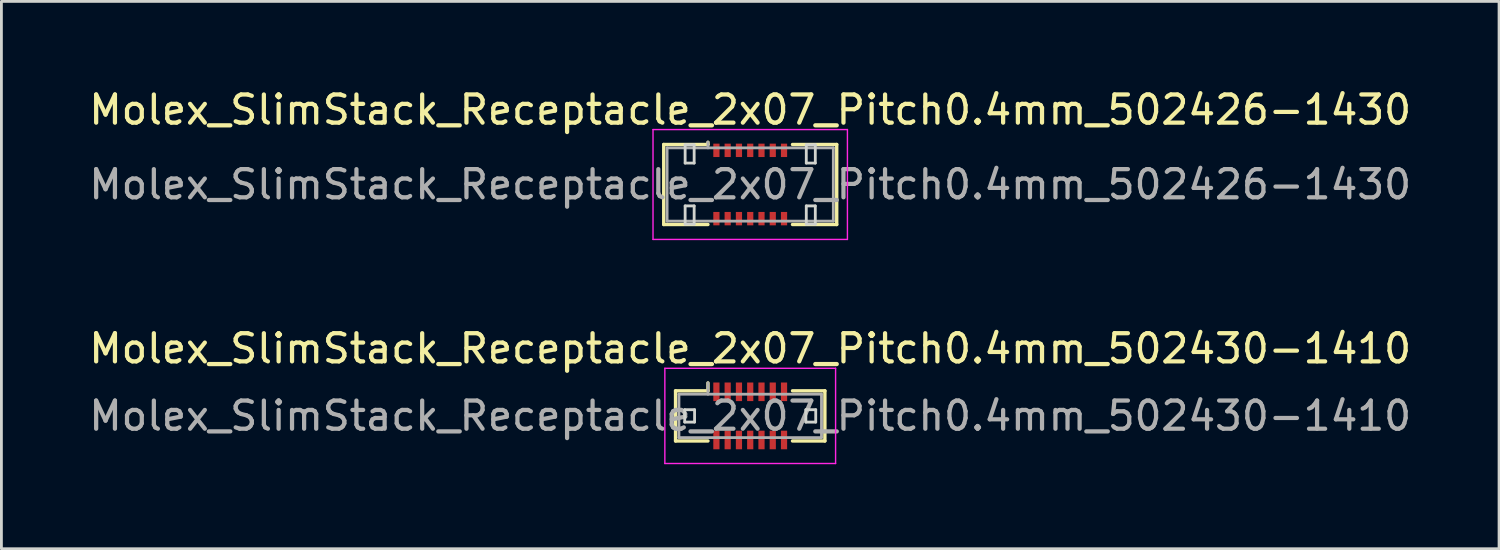
<source format=kicad_pcb>
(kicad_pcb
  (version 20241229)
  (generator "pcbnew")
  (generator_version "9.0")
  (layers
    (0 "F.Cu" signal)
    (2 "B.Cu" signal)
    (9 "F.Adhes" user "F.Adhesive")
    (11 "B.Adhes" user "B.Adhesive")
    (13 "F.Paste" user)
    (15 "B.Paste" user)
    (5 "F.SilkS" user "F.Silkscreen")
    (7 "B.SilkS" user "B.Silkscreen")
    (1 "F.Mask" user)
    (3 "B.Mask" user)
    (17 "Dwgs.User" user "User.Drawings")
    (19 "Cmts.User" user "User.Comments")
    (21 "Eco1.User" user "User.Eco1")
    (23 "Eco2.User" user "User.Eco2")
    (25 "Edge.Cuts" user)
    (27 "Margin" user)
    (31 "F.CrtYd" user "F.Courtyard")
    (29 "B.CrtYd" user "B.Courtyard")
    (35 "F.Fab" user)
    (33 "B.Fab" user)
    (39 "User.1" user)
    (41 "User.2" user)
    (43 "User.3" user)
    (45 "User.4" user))
  (footprint "Molex_SlimStack_Receptacle_2x07_Pitch0.4mm_502430-1410"
    (layer "F.Cu")
    (at 23.577 11.711)
    (property "Reference" "Molex_SlimStack_Receptacle_2x07_Pitch0.4mm_502430-1410" (at 0 -2.39 0) (layer "F.SilkS") (effects (font (size 1 1) (thickness 0.15))))
    (attr smd)
    (fp_line (start -2.65 -0.89) (end -1.5 -0.89) (stroke (width 0.12) (type solid)) (layer "F.SilkS"))
    (fp_line (start -2.65 0.89) (end -2.65 -0.89) (stroke (width 0.12) (type solid)) (layer "F.SilkS"))
    (fp_line (start -1.5 -0.89) (end -1.5 -1.17) (stroke (width 0.12) (type solid)) (layer "F.SilkS"))
    (fp_line (start -1.5 0.89) (end -2.65 0.89) (stroke (width 0.12) (type solid)) (layer "F.SilkS"))
    (fp_line (start 1.5 0.89) (end 2.65 0.89) (stroke (width 0.12) (type solid)) (layer "F.SilkS"))
    (fp_line (start 2.65 -0.89) (end 1.5 -0.89) (stroke (width 0.12) (type solid)) (layer "F.SilkS"))
    (fp_line (start 2.65 0.89) (end 2.65 -0.89) (stroke (width 0.12) (type solid)) (layer "F.SilkS"))
    (fp_line (start -2.325 -0.22) (end -2.325 0.22) (stroke (width 0.1) (type solid)) (layer "Edge.Cuts"))
    (fp_line (start -2.325 0.22) (end -1.975 0.22) (stroke (width 0.1) (type solid)) (layer "Edge.Cuts"))
    (fp_line (start -1.975 -0.22) (end -2.325 -0.22) (stroke (width 0.1) (type solid)) (layer "Edge.Cuts"))
    (fp_line (start -1.975 0.22) (end -1.975 -0.22) (stroke (width 0.1) (type solid)) (layer "Edge.Cuts"))
    (fp_line (start 1.975 -0.22) (end 1.975 0.22) (stroke (width 0.1) (type solid)) (layer "Edge.Cuts"))
    (fp_line (start 1.975 0.22) (end 2.325 0.22) (stroke (width 0.1) (type solid)) (layer "Edge.Cuts"))
    (fp_line (start 2.325 -0.22) (end 1.975 -0.22) (stroke (width 0.1) (type solid)) (layer "Edge.Cuts"))
    (fp_line (start 2.325 0.22) (end 2.325 -0.22) (stroke (width 0.1) (type solid)) (layer "Edge.Cuts"))
    (fp_line (start -3.03 -1.69) (end -3.03 1.69) (stroke (width 0.05) (type solid)) (layer "F.CrtYd"))
    (fp_line (start -3.03 1.69) (end 3.03 1.69) (stroke (width 0.05) (type solid)) (layer "F.CrtYd"))
    (fp_line (start 3.03 -1.69) (end -3.03 -1.69) (stroke (width 0.05) (type solid)) (layer "F.CrtYd"))
    (fp_line (start 3.03 1.69) (end 3.03 -1.69) (stroke (width 0.05) (type solid)) (layer "F.CrtYd"))
    (fp_line (start -2.53 -0.77) (end -2.53 0.77) (stroke (width 0.1) (type solid)) (layer "F.Fab"))
    (fp_line (start -2.53 0.77) (end 2.53 0.77) (stroke (width 0.1) (type solid)) (layer "F.Fab"))
    (fp_line (start -1.5 -0.77) (end -1.5 -1.17) (stroke (width 0.1) (type solid)) (layer "F.Fab"))
    (fp_line (start 2.53 -0.77) (end -2.53 -0.77) (stroke (width 0.1) (type solid)) (layer "F.Fab"))
    (fp_line (start 2.53 0.77) (end 2.53 -0.77) (stroke (width 0.1) (type solid)) (layer "F.Fab"))
    (fp_text user "${REFERENCE}" (at 0 0 0) (layer "F.Fab") (effects (font (size 1 1) (thickness 0.15))))
    (pad "1" smd rect (at -1.2 -0.855) (size 0.22 0.66) (layers "F.Cu" "F.Mask" "F.Paste"))
    (pad "2" smd rect (at -1.2 0.855) (size 0.22 0.66) (layers "F.Cu" "F.Mask" "F.Paste"))
    (pad "3" smd rect (at -0.8 -0.855) (size 0.22 0.66) (layers "F.Cu" "F.Mask" "F.Paste"))
    (pad "4" smd rect (at -0.8 0.855) (size 0.22 0.66) (layers "F.Cu" "F.Mask" "F.Paste"))
    (pad "5" smd rect (at -0.4 -0.855) (size 0.22 0.66) (layers "F.Cu" "F.Mask" "F.Paste"))
    (pad "6" smd rect (at -0.4 0.855) (size 0.22 0.66) (layers "F.Cu" "F.Mask" "F.Paste"))
    (pad "7" smd rect (at 0 -0.855) (size 0.22 0.66) (layers "F.Cu" "F.Mask" "F.Paste"))
    (pad "8" smd rect (at 0 0.855) (size 0.22 0.66) (layers "F.Cu" "F.Mask" "F.Paste"))
    (pad "9" smd rect (at 0.4 -0.855) (size 0.22 0.66) (layers "F.Cu" "F.Mask" "F.Paste"))
    (pad "10" smd rect (at 0.4 0.855) (size 0.22 0.66) (layers "F.Cu" "F.Mask" "F.Paste"))
    (pad "11" smd rect (at 0.8 -0.855) (size 0.22 0.66) (layers "F.Cu" "F.Mask" "F.Paste"))
    (pad "12" smd rect (at 0.8 0.855) (size 0.22 0.66) (layers "F.Cu" "F.Mask" "F.Paste"))
    (pad "13" smd rect (at 1.2 -0.855) (size 0.22 0.66) (layers "F.Cu" "F.Mask" "F.Paste"))
    (pad "14" smd rect (at 1.2 0.855) (size 0.22 0.66) (layers "F.Cu" "F.Mask" "F.Paste")))
  (footprint "Molex_SlimStack_Receptacle_2x07_Pitch0.4mm_502426-1430"
    (layer "F.Cu")
    (at 23.577 3.498)
    (property "Reference" "Molex_SlimStack_Receptacle_2x07_Pitch0.4mm_502426-1430" (at 0 -2.65 0) (layer "F.SilkS") (effects (font (size 1 1) (thickness 0.15))))
    (attr smd)
    (fp_line (start -3.07 -1.42) (end -1.5 -1.42) (stroke (width 0.12) (type solid)) (layer "F.SilkS"))
    (fp_line (start -3.07 1.42) (end -3.07 -1.42) (stroke (width 0.12) (type solid)) (layer "F.SilkS"))
    (fp_line (start -1.5 -1.42) (end -1.5 -1.5) (stroke (width 0.12) (type solid)) (layer "F.SilkS"))
    (fp_line (start -1.5 1.42) (end -3.07 1.42) (stroke (width 0.12) (type solid)) (layer "F.SilkS"))
    (fp_line (start 1.5 1.42) (end 3.07 1.42) (stroke (width 0.12) (type solid)) (layer "F.SilkS"))
    (fp_line (start 3.07 -1.42) (end 1.5 -1.42) (stroke (width 0.12) (type solid)) (layer "F.SilkS"))
    (fp_line (start 3.07 1.42) (end 3.07 -1.42) (stroke (width 0.12) (type solid)) (layer "F.SilkS"))
    (fp_line (start -2.31 -1.41) (end -2.31 -0.76) (stroke (width 0.1) (type solid)) (layer "Edge.Cuts"))
    (fp_line (start -2.31 -0.76) (end -1.99 -0.76) (stroke (width 0.1) (type solid)) (layer "Edge.Cuts"))
    (fp_line (start -2.31 0.76) (end -2.31 1.41) (stroke (width 0.1) (type solid)) (layer "Edge.Cuts"))
    (fp_line (start -2.31 1.41) (end -1.99 1.41) (stroke (width 0.1) (type solid)) (layer "Edge.Cuts"))
    (fp_line (start -1.99 -1.41) (end -2.31 -1.41) (stroke (width 0.1) (type solid)) (layer "Edge.Cuts"))
    (fp_line (start -1.99 -0.76) (end -1.99 -1.41) (stroke (width 0.1) (type solid)) (layer "Edge.Cuts"))
    (fp_line (start -1.99 0.76) (end -2.31 0.76) (stroke (width 0.1) (type solid)) (layer "Edge.Cuts"))
    (fp_line (start -1.99 1.41) (end -1.99 0.76) (stroke (width 0.1) (type solid)) (layer "Edge.Cuts"))
    (fp_line (start 1.99 -1.41) (end 1.99 -0.76) (stroke (width 0.1) (type solid)) (layer "Edge.Cuts"))
    (fp_line (start 1.99 -0.76) (end 2.31 -0.76) (stroke (width 0.1) (type solid)) (layer "Edge.Cuts"))
    (fp_line (start 1.99 0.76) (end 1.99 1.41) (stroke (width 0.1) (type solid)) (layer "Edge.Cuts"))
    (fp_line (start 1.99 1.41) (end 2.31 1.41) (stroke (width 0.1) (type solid)) (layer "Edge.Cuts"))
    (fp_line (start 2.31 -1.41) (end 1.99 -1.41) (stroke (width 0.1) (type solid)) (layer "Edge.Cuts"))
    (fp_line (start 2.31 -0.76) (end 2.31 -1.41) (stroke (width 0.1) (type solid)) (layer "Edge.Cuts"))
    (fp_line (start 2.31 0.76) (end 1.99 0.76) (stroke (width 0.1) (type solid)) (layer "Edge.Cuts"))
    (fp_line (start 2.31 1.41) (end 2.31 0.76) (stroke (width 0.1) (type solid)) (layer "Edge.Cuts"))
    (fp_line (start -3.45 -1.95) (end -3.45 1.95) (stroke (width 0.05) (type solid)) (layer "F.CrtYd"))
    (fp_line (start -3.45 1.95) (end 3.45 1.95) (stroke (width 0.05) (type solid)) (layer "F.CrtYd"))
    (fp_line (start 3.45 -1.95) (end -3.45 -1.95) (stroke (width 0.05) (type solid)) (layer "F.CrtYd"))
    (fp_line (start 3.45 1.95) (end 3.45 -1.95) (stroke (width 0.05) (type solid)) (layer "F.CrtYd"))
    (fp_line (start -2.95 -1.3) (end -2.95 1.3) (stroke (width 0.1) (type solid)) (layer "F.Fab"))
    (fp_line (start -2.95 1.3) (end 2.95 1.3) (stroke (width 0.1) (type solid)) (layer "F.Fab"))
    (fp_line (start -1.5 -1.3) (end -1.5 -1.5) (stroke (width 0.1) (type solid)) (layer "F.Fab"))
    (fp_line (start 2.95 -1.3) (end -2.95 -1.3) (stroke (width 0.1) (type solid)) (layer "F.Fab"))
    (fp_line (start 2.95 1.3) (end 2.95 -1.3) (stroke (width 0.1) (type solid)) (layer "F.Fab"))
    (fp_text user "${REFERENCE}" (at 0 0 0) (layer "F.Fab") (effects (font (size 1 1) (thickness 0.15))))
    (pad "1" smd rect (at -1.2 -1.212) (size 0.22 0.475) (layers "F.Cu" "F.Mask" "F.Paste"))
    (pad "2" smd rect (at -1.2 1.212) (size 0.22 0.475) (layers "F.Cu" "F.Mask" "F.Paste"))
    (pad "3" smd rect (at -0.8 -1.212) (size 0.22 0.475) (layers "F.Cu" "F.Mask" "F.Paste"))
    (pad "4" smd rect (at -0.8 1.212) (size 0.22 0.475) (layers "F.Cu" "F.Mask" "F.Paste"))
    (pad "5" smd rect (at -0.4 -1.212) (size 0.22 0.475) (layers "F.Cu" "F.Mask" "F.Paste"))
    (pad "6" smd rect (at -0.4 1.212) (size 0.22 0.475) (layers "F.Cu" "F.Mask" "F.Paste"))
    (pad "7" smd rect (at 0 -1.212) (size 0.22 0.475) (layers "F.Cu" "F.Mask" "F.Paste"))
    (pad "8" smd rect (at 0 1.212) (size 0.22 0.475) (layers "F.Cu" "F.Mask" "F.Paste"))
    (pad "9" smd rect (at 0.4 -1.212) (size 0.22 0.475) (layers "F.Cu" "F.Mask" "F.Paste"))
    (pad "10" smd rect (at 0.4 1.212) (size 0.22 0.475) (layers "F.Cu" "F.Mask" "F.Paste"))
    (pad "11" smd rect (at 0.8 -1.212) (size 0.22 0.475) (layers "F.Cu" "F.Mask" "F.Paste"))
    (pad "12" smd rect (at 0.8 1.212) (size 0.22 0.475) (layers "F.Cu" "F.Mask" "F.Paste"))
    (pad "13" smd rect (at 1.2 -1.212) (size 0.22 0.475) (layers "F.Cu" "F.Mask" "F.Paste"))
    (pad "14" smd rect (at 1.2 1.212) (size 0.22 0.475) (layers "F.Cu" "F.Mask" "F.Paste")))
  (gr_rect
    (start -3 -3)
    (end 50.155 16.427)
    (stroke (width 0.1) (type default))
    (fill no)
    (layer "Edge.Cuts")))
</source>
